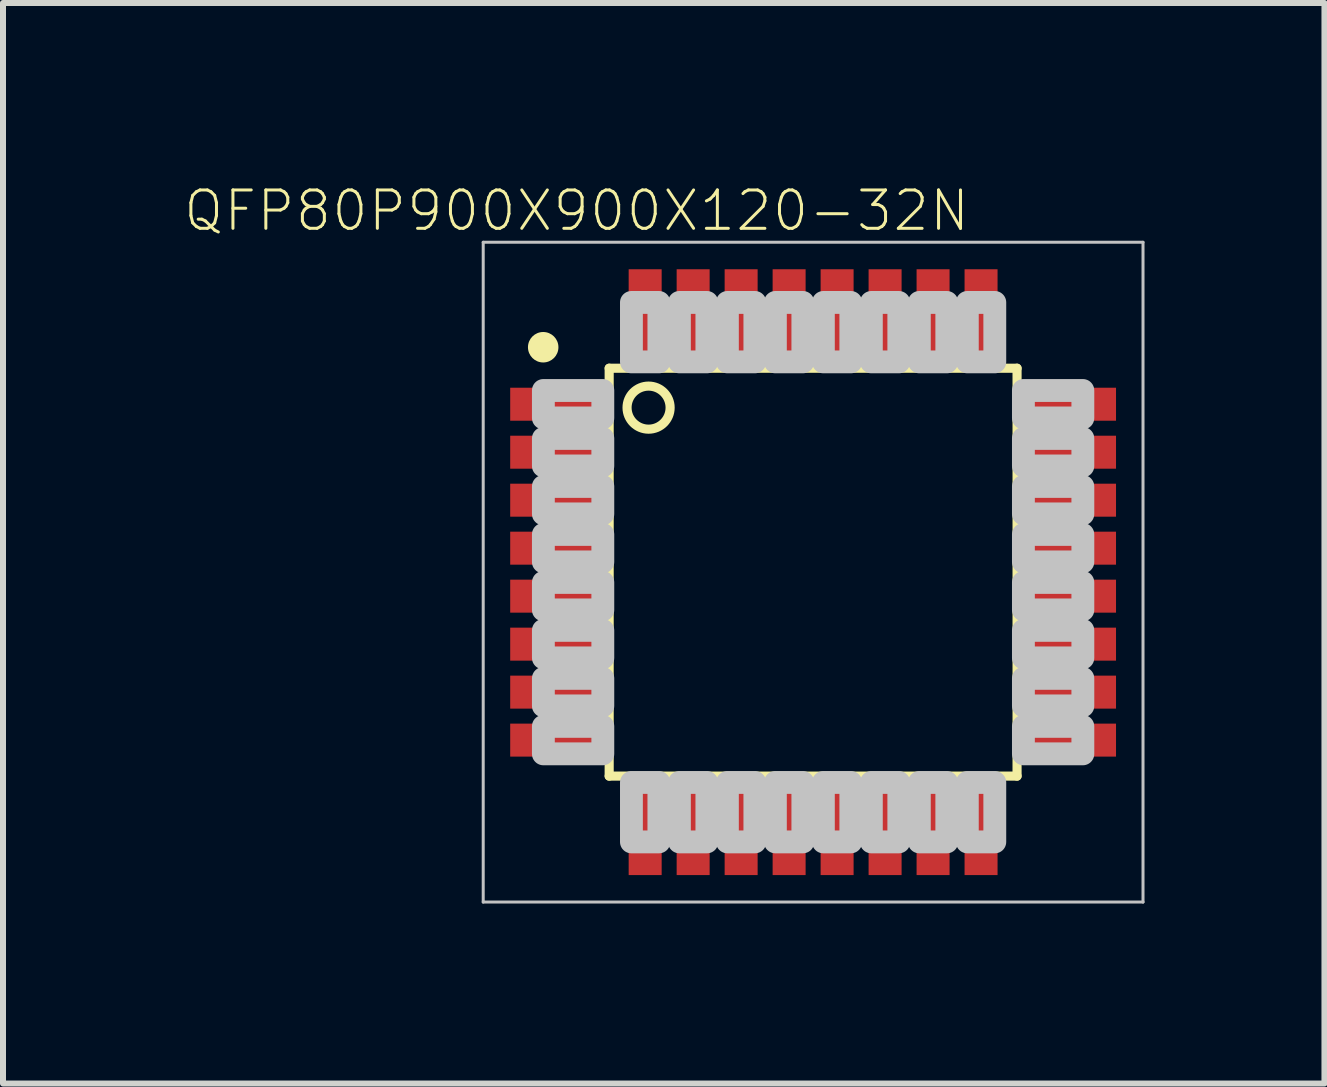
<source format=kicad_pcb>
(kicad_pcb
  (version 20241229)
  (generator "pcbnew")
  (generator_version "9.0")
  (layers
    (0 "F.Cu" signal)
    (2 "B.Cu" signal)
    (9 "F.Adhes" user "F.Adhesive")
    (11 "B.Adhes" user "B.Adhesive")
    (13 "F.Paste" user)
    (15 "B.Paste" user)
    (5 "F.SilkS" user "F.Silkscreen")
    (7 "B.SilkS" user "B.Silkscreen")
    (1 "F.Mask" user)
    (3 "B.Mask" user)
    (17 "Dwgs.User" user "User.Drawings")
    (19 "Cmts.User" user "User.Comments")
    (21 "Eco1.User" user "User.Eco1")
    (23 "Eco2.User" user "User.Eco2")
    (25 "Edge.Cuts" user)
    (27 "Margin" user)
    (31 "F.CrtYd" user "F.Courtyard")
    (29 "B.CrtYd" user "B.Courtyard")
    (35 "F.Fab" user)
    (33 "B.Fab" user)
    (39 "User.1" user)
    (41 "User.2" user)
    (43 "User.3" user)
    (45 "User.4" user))
  (footprint "QFP80P900X900X120-32N"
    (layer "F.Cu")
    (at 10.506 6.489)
    (property "Reference" "QFP80P900X900X120-32N" (at -3.943 -6.026 0) (layer "F.SilkS") (effects (font (size 0.64 0.64) (thickness 0.05))))
    (attr smd)
    (fp_line (start -3.4 -3.4) (end 3.4 -3.4) (stroke (width 0.152) (type solid)) (layer "F.SilkS"))
    (fp_line (start -3.4 3.4) (end -3.4 -3.4) (stroke (width 0.152) (type solid)) (layer "F.SilkS"))
    (fp_line (start 3.4 -3.4) (end 3.4 3.4) (stroke (width 0.152) (type solid)) (layer "F.SilkS"))
    (fp_line (start 3.4 3.4) (end -3.4 3.4) (stroke (width 0.152) (type solid)) (layer "F.SilkS"))
    (fp_circle (center -4.5 -3.75) (end -4.246 -3.75) (stroke (width 0) (type solid)) (fill yes) (layer "F.SilkS"))
    (fp_circle (center -2.743 -2.743) (end -2.384 -2.743) (stroke (width 0.152) (type solid)) (fill no) (layer "F.SilkS"))
    (fp_line (start -5.5 -5.5) (end -5.5 5.5) (stroke (width 0.05) (type solid)) (layer "Dwgs.User"))
    (fp_line (start -5.5 5.5) (end 5.5 5.5) (stroke (width 0.05) (type solid)) (layer "Dwgs.User"))
    (fp_line (start 5.5 -5.5) (end -5.5 -5.5) (stroke (width 0.05) (type solid)) (layer "Dwgs.User"))
    (fp_line (start 5.5 5.5) (end 5.5 -5.5) (stroke (width 0.05) (type solid)) (layer "Dwgs.User"))
    (fp_poly (pts (xy -4.497 -3.029) (xy -3.506 -3.029) (xy -3.506 -2.571) (xy -4.497 -2.571)) (stroke (width 0.381) (type solid)) (fill no) (layer "Dwgs.User"))
    (fp_poly (pts (xy -4.497 -2.229) (xy -3.506 -2.229) (xy -3.506 -1.771) (xy -4.497 -1.771)) (stroke (width 0.381) (type solid)) (fill no) (layer "Dwgs.User"))
    (fp_poly (pts (xy -4.497 -1.429) (xy -3.506 -1.429) (xy -3.506 -0.971) (xy -4.497 -0.971)) (stroke (width 0.381) (type solid)) (fill no) (layer "Dwgs.User"))
    (fp_poly (pts (xy -4.497 -0.629) (xy -3.506 -0.629) (xy -3.506 -0.171) (xy -4.497 -0.171)) (stroke (width 0.381) (type solid)) (fill no) (layer "Dwgs.User"))
    (fp_poly (pts (xy -4.497 0.171) (xy -3.506 0.171) (xy -3.506 0.629) (xy -4.497 0.629)) (stroke (width 0.381) (type solid)) (fill no) (layer "Dwgs.User"))
    (fp_poly (pts (xy -4.497 0.971) (xy -3.506 0.971) (xy -3.506 1.429) (xy -4.497 1.429)) (stroke (width 0.381) (type solid)) (fill no) (layer "Dwgs.User"))
    (fp_poly (pts (xy -4.497 1.771) (xy -3.506 1.771) (xy -3.506 2.229) (xy -4.497 2.229)) (stroke (width 0.381) (type solid)) (fill no) (layer "Dwgs.User"))
    (fp_poly (pts (xy -4.497 2.571) (xy -3.506 2.571) (xy -3.506 3.029) (xy -4.497 3.029)) (stroke (width 0.381) (type solid)) (fill no) (layer "Dwgs.User"))
    (fp_poly (pts (xy -3.029 -4.497) (xy -2.571 -4.497) (xy -2.571 -3.506) (xy -3.029 -3.506)) (stroke (width 0.381) (type solid)) (fill no) (layer "Dwgs.User"))
    (fp_poly (pts (xy -3.029 3.506) (xy -2.571 3.506) (xy -2.571 4.497) (xy -3.029 4.497)) (stroke (width 0.381) (type solid)) (fill no) (layer "Dwgs.User"))
    (fp_poly (pts (xy -2.229 -4.497) (xy -1.771 -4.497) (xy -1.771 -3.506) (xy -2.229 -3.506)) (stroke (width 0.381) (type solid)) (fill no) (layer "Dwgs.User"))
    (fp_poly (pts (xy -2.229 3.506) (xy -1.771 3.506) (xy -1.771 4.497) (xy -2.229 4.497)) (stroke (width 0.381) (type solid)) (fill no) (layer "Dwgs.User"))
    (fp_poly (pts (xy -1.429 -4.497) (xy -0.971 -4.497) (xy -0.971 -3.506) (xy -1.429 -3.506)) (stroke (width 0.381) (type solid)) (fill no) (layer "Dwgs.User"))
    (fp_poly (pts (xy -1.429 3.506) (xy -0.971 3.506) (xy -0.971 4.497) (xy -1.429 4.497)) (stroke (width 0.381) (type solid)) (fill no) (layer "Dwgs.User"))
    (fp_poly (pts (xy -0.629 -4.497) (xy -0.171 -4.497) (xy -0.171 -3.506) (xy -0.629 -3.506)) (stroke (width 0.381) (type solid)) (fill no) (layer "Dwgs.User"))
    (fp_poly (pts (xy -0.629 3.506) (xy -0.171 3.506) (xy -0.171 4.497) (xy -0.629 4.497)) (stroke (width 0.381) (type solid)) (fill no) (layer "Dwgs.User"))
    (fp_poly (pts (xy 0.171 -4.497) (xy 0.629 -4.497) (xy 0.629 -3.506) (xy 0.171 -3.506)) (stroke (width 0.381) (type solid)) (fill no) (layer "Dwgs.User"))
    (fp_poly (pts (xy 0.171 3.506) (xy 0.629 3.506) (xy 0.629 4.497) (xy 0.171 4.497)) (stroke (width 0.381) (type solid)) (fill no) (layer "Dwgs.User"))
    (fp_poly (pts (xy 0.971 -4.497) (xy 1.429 -4.497) (xy 1.429 -3.506) (xy 0.971 -3.506)) (stroke (width 0.381) (type solid)) (fill no) (layer "Dwgs.User"))
    (fp_poly (pts (xy 0.971 3.506) (xy 1.429 3.506) (xy 1.429 4.497) (xy 0.971 4.497)) (stroke (width 0.381) (type solid)) (fill no) (layer "Dwgs.User"))
    (fp_poly (pts (xy 1.771 -4.497) (xy 2.229 -4.497) (xy 2.229 -3.506) (xy 1.771 -3.506)) (stroke (width 0.381) (type solid)) (fill no) (layer "Dwgs.User"))
    (fp_poly (pts (xy 1.771 3.506) (xy 2.229 3.506) (xy 2.229 4.497) (xy 1.771 4.497)) (stroke (width 0.381) (type solid)) (fill no) (layer "Dwgs.User"))
    (fp_poly (pts (xy 2.571 -4.497) (xy 3.029 -4.497) (xy 3.029 -3.506) (xy 2.571 -3.506)) (stroke (width 0.381) (type solid)) (fill no) (layer "Dwgs.User"))
    (fp_poly (pts (xy 2.571 3.506) (xy 3.029 3.506) (xy 3.029 4.497) (xy 2.571 4.497)) (stroke (width 0.381) (type solid)) (fill no) (layer "Dwgs.User"))
    (fp_poly (pts (xy 3.506 -3.029) (xy 4.497 -3.029) (xy 4.497 -2.571) (xy 3.506 -2.571)) (stroke (width 0.381) (type solid)) (fill no) (layer "Dwgs.User"))
    (fp_poly (pts (xy 3.506 -2.229) (xy 4.497 -2.229) (xy 4.497 -1.771) (xy 3.506 -1.771)) (stroke (width 0.381) (type solid)) (fill no) (layer "Dwgs.User"))
    (fp_poly (pts (xy 3.506 -1.429) (xy 4.497 -1.429) (xy 4.497 -0.971) (xy 3.506 -0.971)) (stroke (width 0.381) (type solid)) (fill no) (layer "Dwgs.User"))
    (fp_poly (pts (xy 3.506 -0.629) (xy 4.497 -0.629) (xy 4.497 -0.171) (xy 3.506 -0.171)) (stroke (width 0.381) (type solid)) (fill no) (layer "Dwgs.User"))
    (fp_poly (pts (xy 3.506 0.171) (xy 4.497 0.171) (xy 4.497 0.629) (xy 3.506 0.629)) (stroke (width 0.381) (type solid)) (fill no) (layer "Dwgs.User"))
    (fp_poly (pts (xy 3.506 0.971) (xy 4.497 0.971) (xy 4.497 1.429) (xy 3.506 1.429)) (stroke (width 0.381) (type solid)) (fill no) (layer "Dwgs.User"))
    (fp_poly (pts (xy 3.506 1.771) (xy 4.497 1.771) (xy 4.497 2.229) (xy 3.506 2.229)) (stroke (width 0.381) (type solid)) (fill no) (layer "Dwgs.User"))
    (fp_poly (pts (xy 3.506 2.571) (xy 4.497 2.571) (xy 4.497 3.029) (xy 3.506 3.029)) (stroke (width 0.381) (type solid)) (fill no) (layer "Dwgs.User"))
    (pad "1" smd rect (at -4.3 -2.8) (size 1.5 0.55) (layers "F.Cu" "F.Mask" "F.Paste"))
    (pad "2" smd rect (at -4.3 -2) (size 1.5 0.55) (layers "F.Cu" "F.Mask" "F.Paste"))
    (pad "3" smd rect (at -4.3 -1.2) (size 1.5 0.55) (layers "F.Cu" "F.Mask" "F.Paste"))
    (pad "4" smd rect (at -4.3 -0.4) (size 1.5 0.55) (layers "F.Cu" "F.Mask" "F.Paste"))
    (pad "5" smd rect (at -4.3 0.4) (size 1.5 0.55) (layers "F.Cu" "F.Mask" "F.Paste"))
    (pad "6" smd rect (at -4.3 1.2) (size 1.5 0.55) (layers "F.Cu" "F.Mask" "F.Paste"))
    (pad "7" smd rect (at -4.3 2) (size 1.5 0.55) (layers "F.Cu" "F.Mask" "F.Paste"))
    (pad "8" smd rect (at -4.3 2.8) (size 1.5 0.55) (layers "F.Cu" "F.Mask" "F.Paste"))
    (pad "9" smd rect (at -2.8 4.3) (size 0.55 1.5) (layers "F.Cu" "F.Mask" "F.Paste"))
    (pad "10" smd rect (at -2 4.3) (size 0.55 1.5) (layers "F.Cu" "F.Mask" "F.Paste"))
    (pad "11" smd rect (at -1.2 4.3) (size 0.55 1.5) (layers "F.Cu" "F.Mask" "F.Paste"))
    (pad "12" smd rect (at -0.4 4.3) (size 0.55 1.5) (layers "F.Cu" "F.Mask" "F.Paste"))
    (pad "13" smd rect (at 0.4 4.3) (size 0.55 1.5) (layers "F.Cu" "F.Mask" "F.Paste"))
    (pad "14" smd rect (at 1.2 4.3) (size 0.55 1.5) (layers "F.Cu" "F.Mask" "F.Paste"))
    (pad "15" smd rect (at 2 4.3) (size 0.55 1.5) (layers "F.Cu" "F.Mask" "F.Paste"))
    (pad "16" smd rect (at 2.8 4.3) (size 0.55 1.5) (layers "F.Cu" "F.Mask" "F.Paste"))
    (pad "17" smd rect (at 4.3 2.8) (size 1.5 0.55) (layers "F.Cu" "F.Mask" "F.Paste"))
    (pad "18" smd rect (at 4.3 2) (size 1.5 0.55) (layers "F.Cu" "F.Mask" "F.Paste"))
    (pad "19" smd rect (at 4.3 1.2) (size 1.5 0.55) (layers "F.Cu" "F.Mask" "F.Paste"))
    (pad "20" smd rect (at 4.3 0.4) (size 1.5 0.55) (layers "F.Cu" "F.Mask" "F.Paste"))
    (pad "21" smd rect (at 4.3 -0.4) (size 1.5 0.55) (layers "F.Cu" "F.Mask" "F.Paste"))
    (pad "22" smd rect (at 4.3 -1.2) (size 1.5 0.55) (layers "F.Cu" "F.Mask" "F.Paste"))
    (pad "23" smd rect (at 4.3 -2) (size 1.5 0.55) (layers "F.Cu" "F.Mask" "F.Paste"))
    (pad "24" smd rect (at 4.3 -2.8) (size 1.5 0.55) (layers "F.Cu" "F.Mask" "F.Paste"))
    (pad "25" smd rect (at 2.8 -4.3) (size 0.55 1.5) (layers "F.Cu" "F.Mask" "F.Paste"))
    (pad "26" smd rect (at 2 -4.3) (size 0.55 1.5) (layers "F.Cu" "F.Mask" "F.Paste"))
    (pad "27" smd rect (at 1.2 -4.3) (size 0.55 1.5) (layers "F.Cu" "F.Mask" "F.Paste"))
    (pad "28" smd rect (at 0.4 -4.3) (size 0.55 1.5) (layers "F.Cu" "F.Mask" "F.Paste"))
    (pad "29" smd rect (at -0.4 -4.3) (size 0.55 1.5) (layers "F.Cu" "F.Mask" "F.Paste"))
    (pad "30" smd rect (at -1.2 -4.3) (size 0.55 1.5) (layers "F.Cu" "F.Mask" "F.Paste"))
    (pad "31" smd rect (at -2 -4.3) (size 0.55 1.5) (layers "F.Cu" "F.Mask" "F.Paste"))
    (pad "32" smd rect (at -2.8 -4.3) (size 0.55 1.5) (layers "F.Cu" "F.Mask" "F.Paste")))
  (gr_rect
    (start -3 -3)
    (end 19.031 15.014)
    (stroke (width 0.1) (type default))
    (fill no)
    (layer "Edge.Cuts")))
</source>
